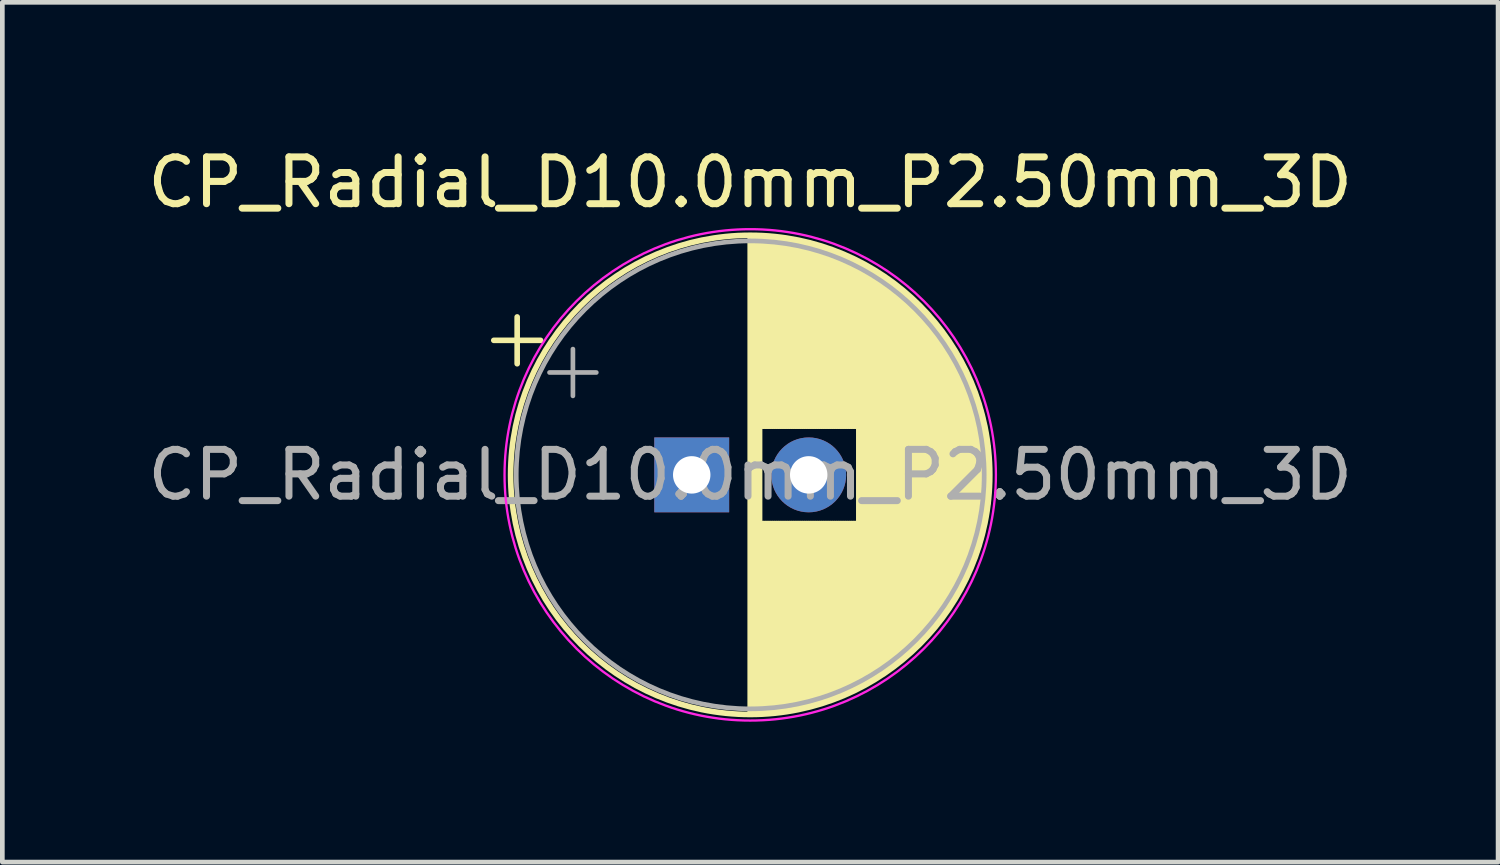
<source format=kicad_pcb>
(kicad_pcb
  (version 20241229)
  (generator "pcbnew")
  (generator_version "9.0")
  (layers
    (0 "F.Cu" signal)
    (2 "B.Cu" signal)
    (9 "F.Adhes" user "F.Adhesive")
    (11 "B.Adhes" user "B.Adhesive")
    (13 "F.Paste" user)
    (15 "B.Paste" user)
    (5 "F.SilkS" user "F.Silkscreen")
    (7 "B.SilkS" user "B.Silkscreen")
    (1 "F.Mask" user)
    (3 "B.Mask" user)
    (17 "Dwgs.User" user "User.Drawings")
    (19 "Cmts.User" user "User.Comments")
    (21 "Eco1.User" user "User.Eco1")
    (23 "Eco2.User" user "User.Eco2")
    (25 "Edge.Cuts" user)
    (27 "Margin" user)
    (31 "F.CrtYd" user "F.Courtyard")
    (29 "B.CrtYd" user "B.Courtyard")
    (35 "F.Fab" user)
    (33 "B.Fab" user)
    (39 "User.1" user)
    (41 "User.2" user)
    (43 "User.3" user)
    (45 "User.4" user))
  (footprint "CP_Radial_D10.0mm_P2.50mm_3D"
    (layer "F.Cu")
    (at 11.732 7.098)
    (property "Reference" "CP_Radial_D10.0mm_P2.50mm_3D" (at 1.25 -6.25 0) (layer "F.SilkS") (effects (font (size 1 1) (thickness 0.15))))
    (attr through_hole)
    (fp_line (start -4.23 -2.875) (end -3.23 -2.875) (stroke (width 0.12) (type solid)) (layer "F.SilkS"))
    (fp_line (start -3.73 -3.375) (end -3.73 -2.375) (stroke (width 0.12) (type solid)) (layer "F.SilkS"))
    (fp_line (start 1.25 -5.08) (end 1.25 5.08) (stroke (width 0.12) (type solid)) (layer "F.SilkS"))
    (fp_line (start 1.29 -5.08) (end 1.29 5.08) (stroke (width 0.12) (type solid)) (layer "F.SilkS"))
    (fp_line (start 1.33 -5.08) (end 1.33 5.08) (stroke (width 0.12) (type solid)) (layer "F.SilkS"))
    (fp_line (start 1.37 -5.079) (end 1.37 5.079) (stroke (width 0.12) (type solid)) (layer "F.SilkS"))
    (fp_line (start 1.41 -5.078) (end 1.41 5.078) (stroke (width 0.12) (type solid)) (layer "F.SilkS"))
    (fp_line (start 1.45 -5.077) (end 1.45 5.077) (stroke (width 0.12) (type solid)) (layer "F.SilkS"))
    (fp_line (start 1.49 -5.075) (end 1.49 -1.04) (stroke (width 0.12) (type solid)) (layer "F.SilkS"))
    (fp_line (start 1.49 1.04) (end 1.49 5.075) (stroke (width 0.12) (type solid)) (layer "F.SilkS"))
    (fp_line (start 1.53 -5.073) (end 1.53 -1.04) (stroke (width 0.12) (type solid)) (layer "F.SilkS"))
    (fp_line (start 1.53 1.04) (end 1.53 5.073) (stroke (width 0.12) (type solid)) (layer "F.SilkS"))
    (fp_line (start 1.57 -5.07) (end 1.57 -1.04) (stroke (width 0.12) (type solid)) (layer "F.SilkS"))
    (fp_line (start 1.57 1.04) (end 1.57 5.07) (stroke (width 0.12) (type solid)) (layer "F.SilkS"))
    (fp_line (start 1.61 -5.068) (end 1.61 -1.04) (stroke (width 0.12) (type solid)) (layer "F.SilkS"))
    (fp_line (start 1.61 1.04) (end 1.61 5.068) (stroke (width 0.12) (type solid)) (layer "F.SilkS"))
    (fp_line (start 1.65 -5.065) (end 1.65 -1.04) (stroke (width 0.12) (type solid)) (layer "F.SilkS"))
    (fp_line (start 1.65 1.04) (end 1.65 5.065) (stroke (width 0.12) (type solid)) (layer "F.SilkS"))
    (fp_line (start 1.69 -5.062) (end 1.69 -1.04) (stroke (width 0.12) (type solid)) (layer "F.SilkS"))
    (fp_line (start 1.69 1.04) (end 1.69 5.062) (stroke (width 0.12) (type solid)) (layer "F.SilkS"))
    (fp_line (start 1.73 -5.058) (end 1.73 -1.04) (stroke (width 0.12) (type solid)) (layer "F.SilkS"))
    (fp_line (start 1.73 1.04) (end 1.73 5.058) (stroke (width 0.12) (type solid)) (layer "F.SilkS"))
    (fp_line (start 1.77 -5.054) (end 1.77 -1.04) (stroke (width 0.12) (type solid)) (layer "F.SilkS"))
    (fp_line (start 1.77 1.04) (end 1.77 5.054) (stroke (width 0.12) (type solid)) (layer "F.SilkS"))
    (fp_line (start 1.81 -5.05) (end 1.81 -1.04) (stroke (width 0.12) (type solid)) (layer "F.SilkS"))
    (fp_line (start 1.81 1.04) (end 1.81 5.05) (stroke (width 0.12) (type solid)) (layer "F.SilkS"))
    (fp_line (start 1.85 -5.045) (end 1.85 -1.04) (stroke (width 0.12) (type solid)) (layer "F.SilkS"))
    (fp_line (start 1.85 1.04) (end 1.85 5.045) (stroke (width 0.12) (type solid)) (layer "F.SilkS"))
    (fp_line (start 1.89 -5.04) (end 1.89 -1.04) (stroke (width 0.12) (type solid)) (layer "F.SilkS"))
    (fp_line (start 1.89 1.04) (end 1.89 5.04) (stroke (width 0.12) (type solid)) (layer "F.SilkS"))
    (fp_line (start 1.93 -5.035) (end 1.93 -1.04) (stroke (width 0.12) (type solid)) (layer "F.SilkS"))
    (fp_line (start 1.93 1.04) (end 1.93 5.035) (stroke (width 0.12) (type solid)) (layer "F.SilkS"))
    (fp_line (start 1.971 -5.03) (end 1.971 -1.04) (stroke (width 0.12) (type solid)) (layer "F.SilkS"))
    (fp_line (start 1.971 1.04) (end 1.971 5.03) (stroke (width 0.12) (type solid)) (layer "F.SilkS"))
    (fp_line (start 2.011 -5.024) (end 2.011 -1.04) (stroke (width 0.12) (type solid)) (layer "F.SilkS"))
    (fp_line (start 2.011 1.04) (end 2.011 5.024) (stroke (width 0.12) (type solid)) (layer "F.SilkS"))
    (fp_line (start 2.051 -5.018) (end 2.051 -1.04) (stroke (width 0.12) (type solid)) (layer "F.SilkS"))
    (fp_line (start 2.051 1.04) (end 2.051 5.018) (stroke (width 0.12) (type solid)) (layer "F.SilkS"))
    (fp_line (start 2.091 -5.011) (end 2.091 -1.04) (stroke (width 0.12) (type solid)) (layer "F.SilkS"))
    (fp_line (start 2.091 1.04) (end 2.091 5.011) (stroke (width 0.12) (type solid)) (layer "F.SilkS"))
    (fp_line (start 2.131 -5.004) (end 2.131 -1.04) (stroke (width 0.12) (type solid)) (layer "F.SilkS"))
    (fp_line (start 2.131 1.04) (end 2.131 5.004) (stroke (width 0.12) (type solid)) (layer "F.SilkS"))
    (fp_line (start 2.171 -4.997) (end 2.171 -1.04) (stroke (width 0.12) (type solid)) (layer "F.SilkS"))
    (fp_line (start 2.171 1.04) (end 2.171 4.997) (stroke (width 0.12) (type solid)) (layer "F.SilkS"))
    (fp_line (start 2.211 -4.99) (end 2.211 -1.04) (stroke (width 0.12) (type solid)) (layer "F.SilkS"))
    (fp_line (start 2.211 1.04) (end 2.211 4.99) (stroke (width 0.12) (type solid)) (layer "F.SilkS"))
    (fp_line (start 2.251 -4.982) (end 2.251 -1.04) (stroke (width 0.12) (type solid)) (layer "F.SilkS"))
    (fp_line (start 2.251 1.04) (end 2.251 4.982) (stroke (width 0.12) (type solid)) (layer "F.SilkS"))
    (fp_line (start 2.291 -4.974) (end 2.291 -1.04) (stroke (width 0.12) (type solid)) (layer "F.SilkS"))
    (fp_line (start 2.291 1.04) (end 2.291 4.974) (stroke (width 0.12) (type solid)) (layer "F.SilkS"))
    (fp_line (start 2.331 -4.965) (end 2.331 -1.04) (stroke (width 0.12) (type solid)) (layer "F.SilkS"))
    (fp_line (start 2.331 1.04) (end 2.331 4.965) (stroke (width 0.12) (type solid)) (layer "F.SilkS"))
    (fp_line (start 2.371 -4.956) (end 2.371 -1.04) (stroke (width 0.12) (type solid)) (layer "F.SilkS"))
    (fp_line (start 2.371 1.04) (end 2.371 4.956) (stroke (width 0.12) (type solid)) (layer "F.SilkS"))
    (fp_line (start 2.411 -4.947) (end 2.411 -1.04) (stroke (width 0.12) (type solid)) (layer "F.SilkS"))
    (fp_line (start 2.411 1.04) (end 2.411 4.947) (stroke (width 0.12) (type solid)) (layer "F.SilkS"))
    (fp_line (start 2.451 -4.938) (end 2.451 -1.04) (stroke (width 0.12) (type solid)) (layer "F.SilkS"))
    (fp_line (start 2.451 1.04) (end 2.451 4.938) (stroke (width 0.12) (type solid)) (layer "F.SilkS"))
    (fp_line (start 2.491 -4.928) (end 2.491 -1.04) (stroke (width 0.12) (type solid)) (layer "F.SilkS"))
    (fp_line (start 2.491 1.04) (end 2.491 4.928) (stroke (width 0.12) (type solid)) (layer "F.SilkS"))
    (fp_line (start 2.531 -4.918) (end 2.531 -1.04) (stroke (width 0.12) (type solid)) (layer "F.SilkS"))
    (fp_line (start 2.531 1.04) (end 2.531 4.918) (stroke (width 0.12) (type solid)) (layer "F.SilkS"))
    (fp_line (start 2.571 -4.907) (end 2.571 -1.04) (stroke (width 0.12) (type solid)) (layer "F.SilkS"))
    (fp_line (start 2.571 1.04) (end 2.571 4.907) (stroke (width 0.12) (type solid)) (layer "F.SilkS"))
    (fp_line (start 2.611 -4.897) (end 2.611 -1.04) (stroke (width 0.12) (type solid)) (layer "F.SilkS"))
    (fp_line (start 2.611 1.04) (end 2.611 4.897) (stroke (width 0.12) (type solid)) (layer "F.SilkS"))
    (fp_line (start 2.651 -4.885) (end 2.651 -1.04) (stroke (width 0.12) (type solid)) (layer "F.SilkS"))
    (fp_line (start 2.651 1.04) (end 2.651 4.885) (stroke (width 0.12) (type solid)) (layer "F.SilkS"))
    (fp_line (start 2.691 -4.874) (end 2.691 -1.04) (stroke (width 0.12) (type solid)) (layer "F.SilkS"))
    (fp_line (start 2.691 1.04) (end 2.691 4.874) (stroke (width 0.12) (type solid)) (layer "F.SilkS"))
    (fp_line (start 2.731 -4.862) (end 2.731 -1.04) (stroke (width 0.12) (type solid)) (layer "F.SilkS"))
    (fp_line (start 2.731 1.04) (end 2.731 4.862) (stroke (width 0.12) (type solid)) (layer "F.SilkS"))
    (fp_line (start 2.771 -4.85) (end 2.771 -1.04) (stroke (width 0.12) (type solid)) (layer "F.SilkS"))
    (fp_line (start 2.771 1.04) (end 2.771 4.85) (stroke (width 0.12) (type solid)) (layer "F.SilkS"))
    (fp_line (start 2.811 -4.837) (end 2.811 -1.04) (stroke (width 0.12) (type solid)) (layer "F.SilkS"))
    (fp_line (start 2.811 1.04) (end 2.811 4.837) (stroke (width 0.12) (type solid)) (layer "F.SilkS"))
    (fp_line (start 2.851 -4.824) (end 2.851 -1.04) (stroke (width 0.12) (type solid)) (layer "F.SilkS"))
    (fp_line (start 2.851 1.04) (end 2.851 4.824) (stroke (width 0.12) (type solid)) (layer "F.SilkS"))
    (fp_line (start 2.891 -4.811) (end 2.891 -1.04) (stroke (width 0.12) (type solid)) (layer "F.SilkS"))
    (fp_line (start 2.891 1.04) (end 2.891 4.811) (stroke (width 0.12) (type solid)) (layer "F.SilkS"))
    (fp_line (start 2.931 -4.797) (end 2.931 -1.04) (stroke (width 0.12) (type solid)) (layer "F.SilkS"))
    (fp_line (start 2.931 1.04) (end 2.931 4.797) (stroke (width 0.12) (type solid)) (layer "F.SilkS"))
    (fp_line (start 2.971 -4.783) (end 2.971 -1.04) (stroke (width 0.12) (type solid)) (layer "F.SilkS"))
    (fp_line (start 2.971 1.04) (end 2.971 4.783) (stroke (width 0.12) (type solid)) (layer "F.SilkS"))
    (fp_line (start 3.011 -4.768) (end 3.011 -1.04) (stroke (width 0.12) (type solid)) (layer "F.SilkS"))
    (fp_line (start 3.011 1.04) (end 3.011 4.768) (stroke (width 0.12) (type solid)) (layer "F.SilkS"))
    (fp_line (start 3.051 -4.754) (end 3.051 -1.04) (stroke (width 0.12) (type solid)) (layer "F.SilkS"))
    (fp_line (start 3.051 1.04) (end 3.051 4.754) (stroke (width 0.12) (type solid)) (layer "F.SilkS"))
    (fp_line (start 3.091 -4.738) (end 3.091 -1.04) (stroke (width 0.12) (type solid)) (layer "F.SilkS"))
    (fp_line (start 3.091 1.04) (end 3.091 4.738) (stroke (width 0.12) (type solid)) (layer "F.SilkS"))
    (fp_line (start 3.131 -4.723) (end 3.131 -1.04) (stroke (width 0.12) (type solid)) (layer "F.SilkS"))
    (fp_line (start 3.131 1.04) (end 3.131 4.723) (stroke (width 0.12) (type solid)) (layer "F.SilkS"))
    (fp_line (start 3.171 -4.707) (end 3.171 -1.04) (stroke (width 0.12) (type solid)) (layer "F.SilkS"))
    (fp_line (start 3.171 1.04) (end 3.171 4.707) (stroke (width 0.12) (type solid)) (layer "F.SilkS"))
    (fp_line (start 3.211 -4.69) (end 3.211 -1.04) (stroke (width 0.12) (type solid)) (layer "F.SilkS"))
    (fp_line (start 3.211 1.04) (end 3.211 4.69) (stroke (width 0.12) (type solid)) (layer "F.SilkS"))
    (fp_line (start 3.251 -4.674) (end 3.251 -1.04) (stroke (width 0.12) (type solid)) (layer "F.SilkS"))
    (fp_line (start 3.251 1.04) (end 3.251 4.674) (stroke (width 0.12) (type solid)) (layer "F.SilkS"))
    (fp_line (start 3.291 -4.657) (end 3.291 -1.04) (stroke (width 0.12) (type solid)) (layer "F.SilkS"))
    (fp_line (start 3.291 1.04) (end 3.291 4.657) (stroke (width 0.12) (type solid)) (layer "F.SilkS"))
    (fp_line (start 3.331 -4.639) (end 3.331 -1.04) (stroke (width 0.12) (type solid)) (layer "F.SilkS"))
    (fp_line (start 3.331 1.04) (end 3.331 4.639) (stroke (width 0.12) (type solid)) (layer "F.SilkS"))
    (fp_line (start 3.371 -4.621) (end 3.371 -1.04) (stroke (width 0.12) (type solid)) (layer "F.SilkS"))
    (fp_line (start 3.371 1.04) (end 3.371 4.621) (stroke (width 0.12) (type solid)) (layer "F.SilkS"))
    (fp_line (start 3.411 -4.603) (end 3.411 -1.04) (stroke (width 0.12) (type solid)) (layer "F.SilkS"))
    (fp_line (start 3.411 1.04) (end 3.411 4.603) (stroke (width 0.12) (type solid)) (layer "F.SilkS"))
    (fp_line (start 3.451 -4.584) (end 3.451 -1.04) (stroke (width 0.12) (type solid)) (layer "F.SilkS"))
    (fp_line (start 3.451 1.04) (end 3.451 4.584) (stroke (width 0.12) (type solid)) (layer "F.SilkS"))
    (fp_line (start 3.491 -4.564) (end 3.491 -1.04) (stroke (width 0.12) (type solid)) (layer "F.SilkS"))
    (fp_line (start 3.491 1.04) (end 3.491 4.564) (stroke (width 0.12) (type solid)) (layer "F.SilkS"))
    (fp_line (start 3.531 -4.545) (end 3.531 -1.04) (stroke (width 0.12) (type solid)) (layer "F.SilkS"))
    (fp_line (start 3.531 1.04) (end 3.531 4.545) (stroke (width 0.12) (type solid)) (layer "F.SilkS"))
    (fp_line (start 3.571 -4.525) (end 3.571 4.525) (stroke (width 0.12) (type solid)) (layer "F.SilkS"))
    (fp_line (start 3.611 -4.504) (end 3.611 4.504) (stroke (width 0.12) (type solid)) (layer "F.SilkS"))
    (fp_line (start 3.651 -4.483) (end 3.651 4.483) (stroke (width 0.12) (type solid)) (layer "F.SilkS"))
    (fp_line (start 3.691 -4.462) (end 3.691 4.462) (stroke (width 0.12) (type solid)) (layer "F.SilkS"))
    (fp_line (start 3.731 -4.44) (end 3.731 4.44) (stroke (width 0.12) (type solid)) (layer "F.SilkS"))
    (fp_line (start 3.771 -4.417) (end 3.771 4.417) (stroke (width 0.12) (type solid)) (layer "F.SilkS"))
    (fp_line (start 3.811 -4.395) (end 3.811 4.395) (stroke (width 0.12) (type solid)) (layer "F.SilkS"))
    (fp_line (start 3.851 -4.371) (end 3.851 4.371) (stroke (width 0.12) (type solid)) (layer "F.SilkS"))
    (fp_line (start 3.891 -4.347) (end 3.891 4.347) (stroke (width 0.12) (type solid)) (layer "F.SilkS"))
    (fp_line (start 3.931 -4.323) (end 3.931 4.323) (stroke (width 0.12) (type solid)) (layer "F.SilkS"))
    (fp_line (start 3.971 -4.298) (end 3.971 4.298) (stroke (width 0.12) (type solid)) (layer "F.SilkS"))
    (fp_line (start 4.011 -4.273) (end 4.011 4.273) (stroke (width 0.12) (type solid)) (layer "F.SilkS"))
    (fp_line (start 4.051 -4.247) (end 4.051 4.247) (stroke (width 0.12) (type solid)) (layer "F.SilkS"))
    (fp_line (start 4.091 -4.221) (end 4.091 4.221) (stroke (width 0.12) (type solid)) (layer "F.SilkS"))
    (fp_line (start 4.131 -4.194) (end 4.131 4.194) (stroke (width 0.12) (type solid)) (layer "F.SilkS"))
    (fp_line (start 4.171 -4.166) (end 4.171 4.166) (stroke (width 0.12) (type solid)) (layer "F.SilkS"))
    (fp_line (start 4.211 -4.138) (end 4.211 4.138) (stroke (width 0.12) (type solid)) (layer "F.SilkS"))
    (fp_line (start 4.251 -4.11) (end 4.251 4.11) (stroke (width 0.12) (type solid)) (layer "F.SilkS"))
    (fp_line (start 4.291 -4.08) (end 4.291 4.08) (stroke (width 0.12) (type solid)) (layer "F.SilkS"))
    (fp_line (start 4.331 -4.05) (end 4.331 4.05) (stroke (width 0.12) (type solid)) (layer "F.SilkS"))
    (fp_line (start 4.371 -4.02) (end 4.371 4.02) (stroke (width 0.12) (type solid)) (layer "F.SilkS"))
    (fp_line (start 4.411 -3.989) (end 4.411 3.989) (stroke (width 0.12) (type solid)) (layer "F.SilkS"))
    (fp_line (start 4.451 -3.957) (end 4.451 3.957) (stroke (width 0.12) (type solid)) (layer "F.SilkS"))
    (fp_line (start 4.491 -3.925) (end 4.491 3.925) (stroke (width 0.12) (type solid)) (layer "F.SilkS"))
    (fp_line (start 4.531 -3.892) (end 4.531 3.892) (stroke (width 0.12) (type solid)) (layer "F.SilkS"))
    (fp_line (start 4.571 -3.858) (end 4.571 3.858) (stroke (width 0.12) (type solid)) (layer "F.SilkS"))
    (fp_line (start 4.611 -3.824) (end 4.611 3.824) (stroke (width 0.12) (type solid)) (layer "F.SilkS"))
    (fp_line (start 4.651 -3.789) (end 4.651 3.789) (stroke (width 0.12) (type solid)) (layer "F.SilkS"))
    (fp_line (start 4.691 -3.753) (end 4.691 3.753) (stroke (width 0.12) (type solid)) (layer "F.SilkS"))
    (fp_line (start 4.731 -3.716) (end 4.731 3.716) (stroke (width 0.12) (type solid)) (layer "F.SilkS"))
    (fp_line (start 4.771 -3.679) (end 4.771 3.679) (stroke (width 0.12) (type solid)) (layer "F.SilkS"))
    (fp_line (start 4.811 -3.64) (end 4.811 3.64) (stroke (width 0.12) (type solid)) (layer "F.SilkS"))
    (fp_line (start 4.851 -3.601) (end 4.851 3.601) (stroke (width 0.12) (type solid)) (layer "F.SilkS"))
    (fp_line (start 4.891 -3.561) (end 4.891 3.561) (stroke (width 0.12) (type solid)) (layer "F.SilkS"))
    (fp_line (start 4.931 -3.52) (end 4.931 3.52) (stroke (width 0.12) (type solid)) (layer "F.SilkS"))
    (fp_line (start 4.971 -3.478) (end 4.971 3.478) (stroke (width 0.12) (type solid)) (layer "F.SilkS"))
    (fp_line (start 5.011 -3.436) (end 5.011 3.436) (stroke (width 0.12) (type solid)) (layer "F.SilkS"))
    (fp_line (start 5.051 -3.392) (end 5.051 3.392) (stroke (width 0.12) (type solid)) (layer "F.SilkS"))
    (fp_line (start 5.091 -3.347) (end 5.091 3.347) (stroke (width 0.12) (type solid)) (layer "F.SilkS"))
    (fp_line (start 5.131 -3.301) (end 5.131 3.301) (stroke (width 0.12) (type solid)) (layer "F.SilkS"))
    (fp_line (start 5.171 -3.254) (end 5.171 3.254) (stroke (width 0.12) (type solid)) (layer "F.SilkS"))
    (fp_line (start 5.211 -3.206) (end 5.211 3.206) (stroke (width 0.12) (type solid)) (layer "F.SilkS"))
    (fp_line (start 5.251 -3.156) (end 5.251 3.156) (stroke (width 0.12) (type solid)) (layer "F.SilkS"))
    (fp_line (start 5.291 -3.106) (end 5.291 3.106) (stroke (width 0.12) (type solid)) (layer "F.SilkS"))
    (fp_line (start 5.331 -3.054) (end 5.331 3.054) (stroke (width 0.12) (type solid)) (layer "F.SilkS"))
    (fp_line (start 5.371 -3) (end 5.371 3) (stroke (width 0.12) (type solid)) (layer "F.SilkS"))
    (fp_line (start 5.411 -2.945) (end 5.411 2.945) (stroke (width 0.12) (type solid)) (layer "F.SilkS"))
    (fp_line (start 5.451 -2.889) (end 5.451 2.889) (stroke (width 0.12) (type solid)) (layer "F.SilkS"))
    (fp_line (start 5.491 -2.83) (end 5.491 2.83) (stroke (width 0.12) (type solid)) (layer "F.SilkS"))
    (fp_line (start 5.531 -2.77) (end 5.531 2.77) (stroke (width 0.12) (type solid)) (layer "F.SilkS"))
    (fp_line (start 5.571 -2.709) (end 5.571 2.709) (stroke (width 0.12) (type solid)) (layer "F.SilkS"))
    (fp_line (start 5.611 -2.645) (end 5.611 2.645) (stroke (width 0.12) (type solid)) (layer "F.SilkS"))
    (fp_line (start 5.651 -2.579) (end 5.651 2.579) (stroke (width 0.12) (type solid)) (layer "F.SilkS"))
    (fp_line (start 5.691 -2.51) (end 5.691 2.51) (stroke (width 0.12) (type solid)) (layer "F.SilkS"))
    (fp_line (start 5.731 -2.439) (end 5.731 2.439) (stroke (width 0.12) (type solid)) (layer "F.SilkS"))
    (fp_line (start 5.771 -2.365) (end 5.771 2.365) (stroke (width 0.12) (type solid)) (layer "F.SilkS"))
    (fp_line (start 5.811 -2.289) (end 5.811 2.289) (stroke (width 0.12) (type solid)) (layer "F.SilkS"))
    (fp_line (start 5.851 -2.209) (end 5.851 2.209) (stroke (width 0.12) (type solid)) (layer "F.SilkS"))
    (fp_line (start 5.891 -2.125) (end 5.891 2.125) (stroke (width 0.12) (type solid)) (layer "F.SilkS"))
    (fp_line (start 5.931 -2.037) (end 5.931 2.037) (stroke (width 0.12) (type solid)) (layer "F.SilkS"))
    (fp_line (start 5.971 -1.944) (end 5.971 1.944) (stroke (width 0.12) (type solid)) (layer "F.SilkS"))
    (fp_line (start 6.011 -1.846) (end 6.011 1.846) (stroke (width 0.12) (type solid)) (layer "F.SilkS"))
    (fp_line (start 6.051 -1.742) (end 6.051 1.742) (stroke (width 0.12) (type solid)) (layer "F.SilkS"))
    (fp_line (start 6.091 -1.63) (end 6.091 1.63) (stroke (width 0.12) (type solid)) (layer "F.SilkS"))
    (fp_line (start 6.131 -1.51) (end 6.131 1.51) (stroke (width 0.12) (type solid)) (layer "F.SilkS"))
    (fp_line (start 6.171 -1.378) (end 6.171 1.378) (stroke (width 0.12) (type solid)) (layer "F.SilkS"))
    (fp_line (start 6.211 -1.23) (end 6.211 1.23) (stroke (width 0.12) (type solid)) (layer "F.SilkS"))
    (fp_line (start 6.251 -1.062) (end 6.251 1.062) (stroke (width 0.12) (type solid)) (layer "F.SilkS"))
    (fp_line (start 6.291 -0.862) (end 6.291 0.862) (stroke (width 0.12) (type solid)) (layer "F.SilkS"))
    (fp_line (start 6.331 -0.599) (end 6.331 0.599) (stroke (width 0.12) (type solid)) (layer "F.SilkS"))
    (fp_circle (center 1.25 0) (end 6.37 0) (stroke (width 0.12) (type solid)) (fill no) (layer "F.SilkS"))
    (fp_circle (center 1.25 0) (end 6.5 0) (stroke (width 0.05) (type solid)) (fill no) (layer "F.CrtYd"))
    (fp_line (start -3.039 -2.188) (end -2.039 -2.188) (stroke (width 0.1) (type solid)) (layer "F.Fab"))
    (fp_line (start -2.539 -2.688) (end -2.539 -1.688) (stroke (width 0.1) (type solid)) (layer "F.Fab"))
    (fp_circle (center 1.25 0) (end 6.25 0) (stroke (width 0.1) (type solid)) (fill no) (layer "F.Fab"))
    (fp_text user "${REFERENCE}" (at 1.25 0 0) (layer "F.Fab") (effects (font (size 1 1) (thickness 0.15))))
    (pad "1" thru_hole rect (at 0 0) (size 1.6 1.6) (drill 0.8) (layers "*.Cu" "*.Mask"))
    (pad "2" thru_hole circle (at 2.5 0) (size 1.6 1.6) (drill 0.8) (layers "*.Cu" "*.Mask")))
  (gr_rect
    (start -3 -3)
    (end 28.964 15.373)
    (stroke (width 0.1) (type default))
    (fill no)
    (layer "Edge.Cuts")))
</source>
